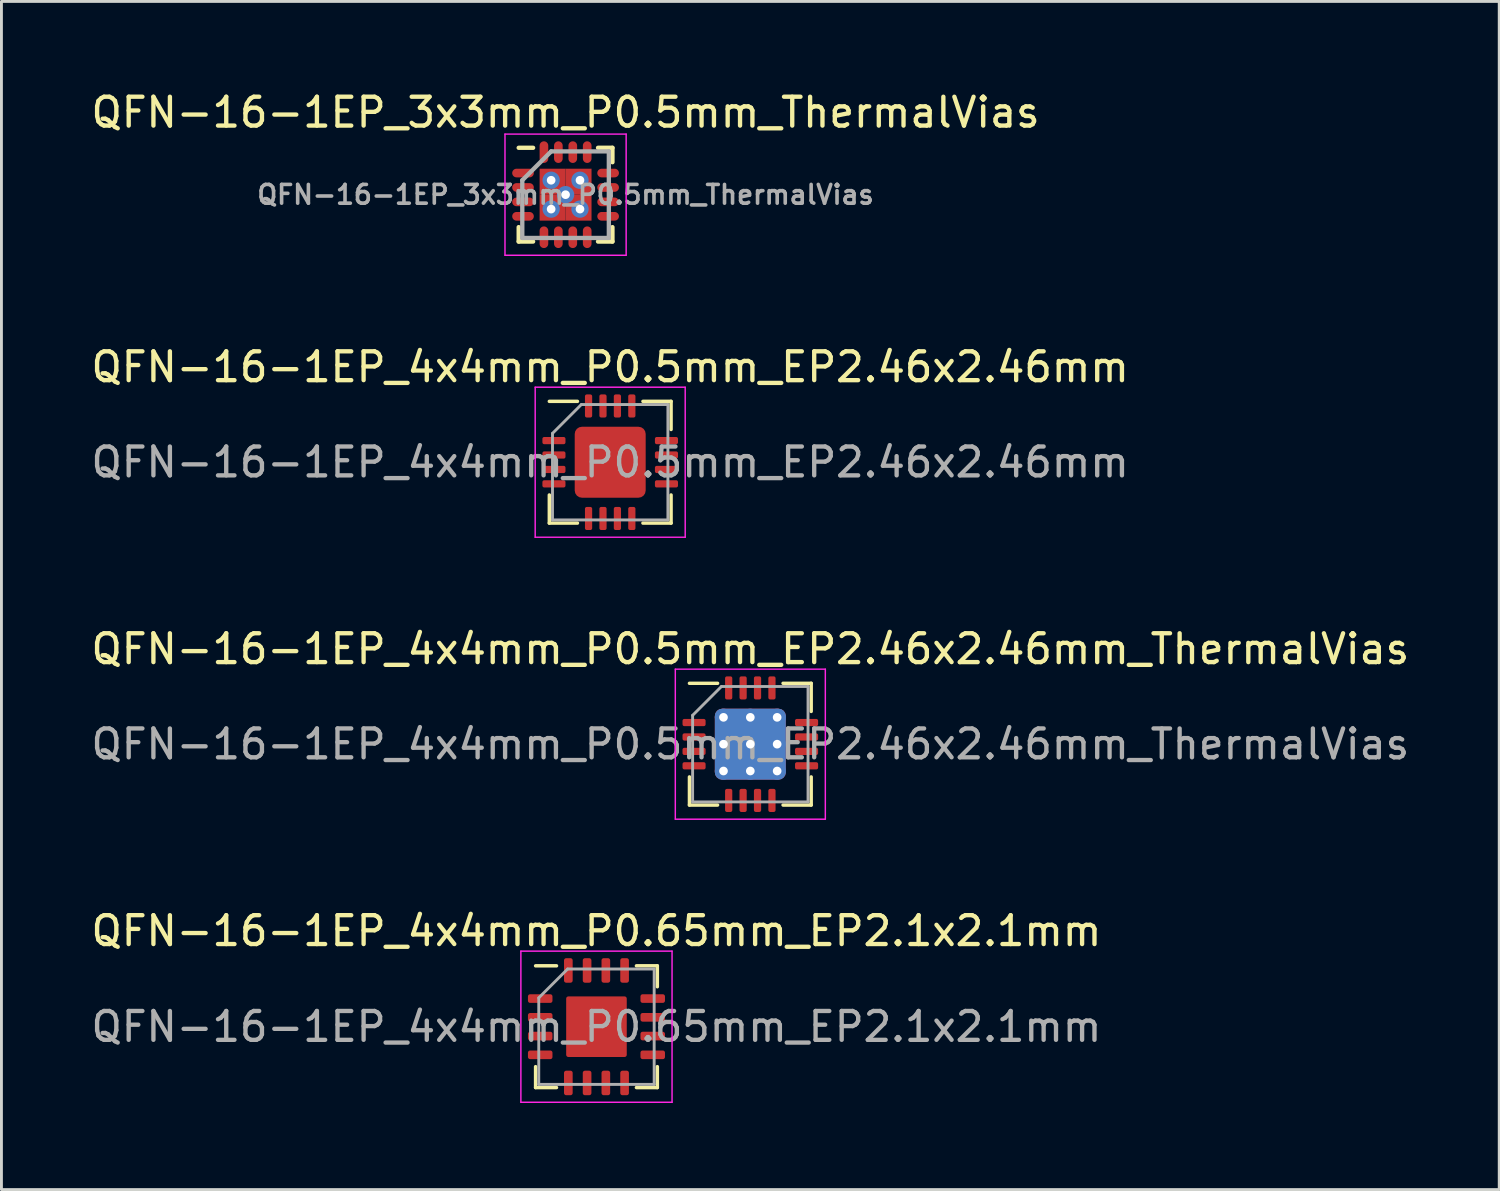
<source format=kicad_pcb>
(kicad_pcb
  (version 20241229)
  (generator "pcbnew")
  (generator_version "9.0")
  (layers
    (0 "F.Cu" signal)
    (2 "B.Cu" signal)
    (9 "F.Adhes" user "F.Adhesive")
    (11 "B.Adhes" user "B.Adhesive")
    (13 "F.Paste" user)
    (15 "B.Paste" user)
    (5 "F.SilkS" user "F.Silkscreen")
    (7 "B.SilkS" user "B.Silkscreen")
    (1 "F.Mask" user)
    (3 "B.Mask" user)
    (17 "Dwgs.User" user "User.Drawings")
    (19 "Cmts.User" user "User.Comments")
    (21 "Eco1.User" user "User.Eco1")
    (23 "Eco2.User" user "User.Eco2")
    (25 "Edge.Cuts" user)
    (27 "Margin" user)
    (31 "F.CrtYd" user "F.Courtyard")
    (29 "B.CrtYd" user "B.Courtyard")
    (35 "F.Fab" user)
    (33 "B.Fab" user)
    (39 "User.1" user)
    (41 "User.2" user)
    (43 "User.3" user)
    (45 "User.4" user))
  (footprint "QFN-16-1EP_3x3mm_P0.5mm_ThermalVias"
    (layer "F.Cu")
    (at 16.554 3.698)
    (property "Reference" "QFN-16-1EP_3x3mm_P0.5mm_ThermalVias" (at 0 -2.85 0) (layer "F.SilkS") (effects (font (size 1 1) (thickness 0.15))))
    (attr smd)
    (fp_line (start -1.625 -1.625) (end -1.125 -1.625) (stroke (width 0.15) (type solid)) (layer "F.SilkS"))
    (fp_line (start -1.625 1.625) (end -1.625 1.125) (stroke (width 0.15) (type solid)) (layer "F.SilkS"))
    (fp_line (start -1.625 1.625) (end -1.125 1.625) (stroke (width 0.15) (type solid)) (layer "F.SilkS"))
    (fp_line (start 1.625 -1.625) (end 1.125 -1.625) (stroke (width 0.15) (type solid)) (layer "F.SilkS"))
    (fp_line (start 1.625 -1.625) (end 1.625 -1.125) (stroke (width 0.15) (type solid)) (layer "F.SilkS"))
    (fp_line (start 1.625 1.625) (end 1.125 1.625) (stroke (width 0.15) (type solid)) (layer "F.SilkS"))
    (fp_line (start 1.625 1.625) (end 1.625 1.125) (stroke (width 0.15) (type solid)) (layer "F.SilkS"))
    (fp_line (start -2.1 -2.1) (end -2.1 2.1) (stroke (width 0.05) (type solid)) (layer "F.CrtYd"))
    (fp_line (start -2.1 -2.1) (end 2.1 -2.1) (stroke (width 0.05) (type solid)) (layer "F.CrtYd"))
    (fp_line (start -2.1 2.1) (end 2.1 2.1) (stroke (width 0.05) (type solid)) (layer "F.CrtYd"))
    (fp_line (start 2.1 -2.1) (end 2.1 2.1) (stroke (width 0.05) (type solid)) (layer "F.CrtYd"))
    (fp_line (start -1.5 -0.5) (end -0.5 -1.5) (stroke (width 0.15) (type solid)) (layer "F.Fab"))
    (fp_line (start -1.5 1.5) (end -1.5 -0.5) (stroke (width 0.15) (type solid)) (layer "F.Fab"))
    (fp_line (start -0.5 -1.5) (end 1.5 -1.5) (stroke (width 0.15) (type solid)) (layer "F.Fab"))
    (fp_line (start 1.5 -1.5) (end 1.5 1.5) (stroke (width 0.15) (type solid)) (layer "F.Fab"))
    (fp_line (start 1.5 1.5) (end -1.5 1.5) (stroke (width 0.15) (type solid)) (layer "F.Fab"))
    (fp_text user "${REFERENCE}" (at 0 0 0) (layer "F.Fab") (effects (font (size 0.65 0.65) (thickness 0.125))))
    (pad "1" smd oval (at -1.475 -0.75) (size 0.75 0.3) (layers "F.Cu" "F.Mask" "F.Paste"))
    (pad "2" smd oval (at -1.475 -0.25) (size 0.75 0.3) (layers "F.Cu" "F.Mask" "F.Paste"))
    (pad "3" smd oval (at -1.475 0.25) (size 0.75 0.3) (layers "F.Cu" "F.Mask" "F.Paste"))
    (pad "4" smd oval (at -1.475 0.75) (size 0.75 0.3) (layers "F.Cu" "F.Mask" "F.Paste"))
    (pad "5" smd oval (at -0.75 1.475 90) (size 0.75 0.3) (layers "F.Cu" "F.Mask" "F.Paste"))
    (pad "6" smd oval (at -0.25 1.475 90) (size 0.75 0.3) (layers "F.Cu" "F.Mask" "F.Paste"))
    (pad "7" smd oval (at 0.25 1.475 90) (size 0.75 0.3) (layers "F.Cu" "F.Mask" "F.Paste"))
    (pad "8" smd oval (at 0.75 1.475 90) (size 0.75 0.3) (layers "F.Cu" "F.Mask" "F.Paste"))
    (pad "9" smd oval (at 1.475 0.75) (size 0.75 0.3) (layers "F.Cu" "F.Mask" "F.Paste"))
    (pad "10" smd oval (at 1.475 0.25) (size 0.75 0.3) (layers "F.Cu" "F.Mask" "F.Paste"))
    (pad "11" smd oval (at 1.475 -0.25) (size 0.75 0.3) (layers "F.Cu" "F.Mask" "F.Paste"))
    (pad "12" smd oval (at 1.475 -0.75) (size 0.75 0.3) (layers "F.Cu" "F.Mask" "F.Paste"))
    (pad "13" smd oval (at 0.75 -1.475 90) (size 0.75 0.3) (layers "F.Cu" "F.Mask" "F.Paste"))
    (pad "14" smd oval (at 0.25 -1.475 90) (size 0.75 0.3) (layers "F.Cu" "F.Mask" "F.Paste"))
    (pad "15" smd oval (at -0.25 -1.475 90) (size 0.75 0.3) (layers "F.Cu" "F.Mask" "F.Paste"))
    (pad "16" smd oval (at -0.75 -1.475 90) (size 0.75 0.3) (layers "F.Cu" "F.Mask" "F.Paste"))
    (pad "17" thru_hole circle (at -0.5 -0.5) (size 0.6 0.6) (drill 0.3) (layers "*.Cu"))
    (pad "17" thru_hole circle (at -0.5 0.5) (size 0.6 0.6) (drill 0.3) (layers "*.Cu"))
    (pad "17" smd rect (at -0.45 -0.45) (size 0.9 0.9) (layers "F.Cu" "F.Mask" "F.Paste"))
    (pad "17" smd rect (at -0.45 0.45) (size 0.9 0.9) (layers "F.Cu" "F.Mask" "F.Paste"))
    (pad "17" thru_hole circle (at 0 0) (size 0.6 0.6) (drill 0.3) (layers "*.Cu"))
    (pad "17" smd rect (at 0.45 -0.45) (size 0.9 0.9) (layers "F.Cu" "F.Mask" "F.Paste"))
    (pad "17" smd rect (at 0.45 0.45) (size 0.9 0.9) (layers "F.Cu" "F.Mask" "F.Paste"))
    (pad "17" thru_hole circle (at 0.5 -0.5) (size 0.6 0.6) (drill 0.3) (layers "*.Cu"))
    (pad "17" thru_hole circle (at 0.5 0.5) (size 0.6 0.6) (drill 0.3) (layers "*.Cu")))
  (footprint "QFN-16-1EP_4x4mm_P0.5mm_EP2.46x2.46mm_ThermalVias"
    (layer "F.Cu")
    (at 22.958 22.745)
    (property "Reference" "QFN-16-1EP_4x4mm_P0.5mm_EP2.46x2.46mm_ThermalVias" (at 0 -3.3 0) (layer "F.SilkS") (effects (font (size 1 1) (thickness 0.15))))
    (attr smd)
    (fp_line (start -2.11 2.11) (end -2.11 1.135) (stroke (width 0.12) (type solid)) (layer "F.SilkS"))
    (fp_line (start -1.135 -2.11) (end -2.11 -2.11) (stroke (width 0.12) (type solid)) (layer "F.SilkS"))
    (fp_line (start -1.135 2.11) (end -2.11 2.11) (stroke (width 0.12) (type solid)) (layer "F.SilkS"))
    (fp_line (start 1.135 -2.11) (end 2.11 -2.11) (stroke (width 0.12) (type solid)) (layer "F.SilkS"))
    (fp_line (start 1.135 2.11) (end 2.11 2.11) (stroke (width 0.12) (type solid)) (layer "F.SilkS"))
    (fp_line (start 2.11 -2.11) (end 2.11 -1.135) (stroke (width 0.12) (type solid)) (layer "F.SilkS"))
    (fp_line (start 2.11 2.11) (end 2.11 1.135) (stroke (width 0.12) (type solid)) (layer "F.SilkS"))
    (fp_line (start -2.6 -2.6) (end -2.6 2.6) (stroke (width 0.05) (type solid)) (layer "F.CrtYd"))
    (fp_line (start -2.6 2.6) (end 2.6 2.6) (stroke (width 0.05) (type solid)) (layer "F.CrtYd"))
    (fp_line (start 2.6 -2.6) (end -2.6 -2.6) (stroke (width 0.05) (type solid)) (layer "F.CrtYd"))
    (fp_line (start 2.6 2.6) (end 2.6 -2.6) (stroke (width 0.05) (type solid)) (layer "F.CrtYd"))
    (fp_line (start -2 -1) (end -1 -2) (stroke (width 0.1) (type solid)) (layer "F.Fab"))
    (fp_line (start -2 2) (end -2 -1) (stroke (width 0.1) (type solid)) (layer "F.Fab"))
    (fp_line (start -1 -2) (end 2 -2) (stroke (width 0.1) (type solid)) (layer "F.Fab"))
    (fp_line (start 2 -2) (end 2 2) (stroke (width 0.1) (type solid)) (layer "F.Fab"))
    (fp_line (start 2 2) (end -2 2) (stroke (width 0.1) (type solid)) (layer "F.Fab"))
    (fp_text user "${REFERENCE}" (at 0 0 0) (layer "F.Fab") (effects (font (size 1 1) (thickness 0.15))))
    (pad "" smd roundrect (at -0.615 -0.615) (size 1.07 1.07) (layers "F.Paste") (roundrect_rratio 0.234))
    (pad "" smd roundrect (at -0.615 0.615) (size 1.07 1.07) (layers "F.Paste") (roundrect_rratio 0.234))
    (pad "" smd roundrect (at 0.615 -0.615) (size 1.07 1.07) (layers "F.Paste") (roundrect_rratio 0.234))
    (pad "" smd roundrect (at 0.615 0.615) (size 1.07 1.07) (layers "F.Paste") (roundrect_rratio 0.234))
    (pad "1" smd roundrect (at -1.95 -0.75) (size 0.8 0.25) (layers "F.Cu" "F.Mask" "F.Paste") (roundrect_rratio 0.25))
    (pad "2" smd roundrect (at -1.95 -0.25) (size 0.8 0.25) (layers "F.Cu" "F.Mask" "F.Paste") (roundrect_rratio 0.25))
    (pad "3" smd roundrect (at -1.95 0.25) (size 0.8 0.25) (layers "F.Cu" "F.Mask" "F.Paste") (roundrect_rratio 0.25))
    (pad "4" smd roundrect (at -1.95 0.75) (size 0.8 0.25) (layers "F.Cu" "F.Mask" "F.Paste") (roundrect_rratio 0.25))
    (pad "5" smd roundrect (at -0.75 1.95) (size 0.25 0.8) (layers "F.Cu" "F.Mask" "F.Paste") (roundrect_rratio 0.25))
    (pad "6" smd roundrect (at -0.25 1.95) (size 0.25 0.8) (layers "F.Cu" "F.Mask" "F.Paste") (roundrect_rratio 0.25))
    (pad "7" smd roundrect (at 0.25 1.95) (size 0.25 0.8) (layers "F.Cu" "F.Mask" "F.Paste") (roundrect_rratio 0.25))
    (pad "8" smd roundrect (at 0.75 1.95) (size 0.25 0.8) (layers "F.Cu" "F.Mask" "F.Paste") (roundrect_rratio 0.25))
    (pad "9" smd roundrect (at 1.95 0.75) (size 0.8 0.25) (layers "F.Cu" "F.Mask" "F.Paste") (roundrect_rratio 0.25))
    (pad "10" smd roundrect (at 1.95 0.25) (size 0.8 0.25) (layers "F.Cu" "F.Mask" "F.Paste") (roundrect_rratio 0.25))
    (pad "11" smd roundrect (at 1.95 -0.25) (size 0.8 0.25) (layers "F.Cu" "F.Mask" "F.Paste") (roundrect_rratio 0.25))
    (pad "12" smd roundrect (at 1.95 -0.75) (size 0.8 0.25) (layers "F.Cu" "F.Mask" "F.Paste") (roundrect_rratio 0.25))
    (pad "13" smd roundrect (at 0.75 -1.95) (size 0.25 0.8) (layers "F.Cu" "F.Mask" "F.Paste") (roundrect_rratio 0.25))
    (pad "14" smd roundrect (at 0.25 -1.95) (size 0.25 0.8) (layers "F.Cu" "F.Mask" "F.Paste") (roundrect_rratio 0.25))
    (pad "15" smd roundrect (at -0.25 -1.95) (size 0.25 0.8) (layers "F.Cu" "F.Mask" "F.Paste") (roundrect_rratio 0.25))
    (pad "16" smd roundrect (at -0.75 -1.95) (size 0.25 0.8) (layers "F.Cu" "F.Mask" "F.Paste") (roundrect_rratio 0.25))
    (pad "17" thru_hole circle (at -0.93 -0.93) (size 0.6 0.6) (drill 0.3) (layers "*.Cu"))
    (pad "17" thru_hole circle (at -0.93 0) (size 0.6 0.6) (drill 0.3) (layers "*.Cu"))
    (pad "17" thru_hole circle (at -0.93 0.93) (size 0.6 0.6) (drill 0.3) (layers "*.Cu"))
    (pad "17" thru_hole circle (at 0 -0.93) (size 0.6 0.6) (drill 0.3) (layers "*.Cu"))
    (pad "17" thru_hole circle (at 0 0) (size 0.6 0.6) (drill 0.3) (layers "*.Cu"))
    (pad "17" smd roundrect (at 0 0) (size 2.46 2.46) (layers "F.Cu" "F.Mask") (roundrect_rratio 0.102))
    (pad "17" smd roundrect (at 0 0) (size 2.46 2.46) (layers "B.Cu") (roundrect_rratio 0.102))
    (pad "17" thru_hole circle (at 0 0.93) (size 0.6 0.6) (drill 0.3) (layers "*.Cu"))
    (pad "17" thru_hole circle (at 0.93 -0.93) (size 0.6 0.6) (drill 0.3) (layers "*.Cu"))
    (pad "17" thru_hole circle (at 0.93 0) (size 0.6 0.6) (drill 0.3) (layers "*.Cu"))
    (pad "17" thru_hole circle (at 0.93 0.93) (size 0.6 0.6) (drill 0.3) (layers "*.Cu")))
  (footprint "QFN-16-1EP_4x4mm_P0.65mm_EP2.1x2.1mm"
    (layer "F.Cu")
    (at 17.625 32.538)
    (property "Reference" "QFN-16-1EP_4x4mm_P0.65mm_EP2.1x2.1mm" (at 0 -3.32 0) (layer "F.SilkS") (effects (font (size 1 1) (thickness 0.15))))
    (attr smd)
    (fp_line (start -2.11 2.11) (end -2.11 1.385) (stroke (width 0.12) (type solid)) (layer "F.SilkS"))
    (fp_line (start -1.385 -2.11) (end -2.11 -2.11) (stroke (width 0.12) (type solid)) (layer "F.SilkS"))
    (fp_line (start -1.385 2.11) (end -2.11 2.11) (stroke (width 0.12) (type solid)) (layer "F.SilkS"))
    (fp_line (start 1.385 -2.11) (end 2.11 -2.11) (stroke (width 0.12) (type solid)) (layer "F.SilkS"))
    (fp_line (start 1.385 2.11) (end 2.11 2.11) (stroke (width 0.12) (type solid)) (layer "F.SilkS"))
    (fp_line (start 2.11 -2.11) (end 2.11 -1.385) (stroke (width 0.12) (type solid)) (layer "F.SilkS"))
    (fp_line (start 2.11 2.11) (end 2.11 1.385) (stroke (width 0.12) (type solid)) (layer "F.SilkS"))
    (fp_line (start -2.62 -2.62) (end -2.62 2.62) (stroke (width 0.05) (type solid)) (layer "F.CrtYd"))
    (fp_line (start -2.62 2.62) (end 2.62 2.62) (stroke (width 0.05) (type solid)) (layer "F.CrtYd"))
    (fp_line (start 2.62 -2.62) (end -2.62 -2.62) (stroke (width 0.05) (type solid)) (layer "F.CrtYd"))
    (fp_line (start 2.62 2.62) (end 2.62 -2.62) (stroke (width 0.05) (type solid)) (layer "F.CrtYd"))
    (fp_line (start -2 -1) (end -1 -2) (stroke (width 0.1) (type solid)) (layer "F.Fab"))
    (fp_line (start -2 2) (end -2 -1) (stroke (width 0.1) (type solid)) (layer "F.Fab"))
    (fp_line (start -1 -2) (end 2 -2) (stroke (width 0.1) (type solid)) (layer "F.Fab"))
    (fp_line (start 2 -2) (end 2 2) (stroke (width 0.1) (type solid)) (layer "F.Fab"))
    (fp_line (start 2 2) (end -2 2) (stroke (width 0.1) (type solid)) (layer "F.Fab"))
    (fp_text user "${REFERENCE}" (at 0 0 0) (layer "F.Fab") (effects (font (size 1 1) (thickness 0.15))))
    (pad "" smd roundrect (at -0.525 -0.525) (size 0.85 0.85) (layers "F.Paste") (roundrect_rratio 0.25))
    (pad "" smd roundrect (at -0.525 0.525) (size 0.85 0.85) (layers "F.Paste") (roundrect_rratio 0.25))
    (pad "" smd roundrect (at 0.525 -0.525) (size 0.85 0.85) (layers "F.Paste") (roundrect_rratio 0.25))
    (pad "" smd roundrect (at 0.525 0.525) (size 0.85 0.85) (layers "F.Paste") (roundrect_rratio 0.25))
    (pad "1" smd roundrect (at -1.95 -0.975) (size 0.85 0.3) (layers "F.Cu" "F.Mask" "F.Paste") (roundrect_rratio 0.25))
    (pad "2" smd roundrect (at -1.95 -0.325) (size 0.85 0.3) (layers "F.Cu" "F.Mask" "F.Paste") (roundrect_rratio 0.25))
    (pad "3" smd roundrect (at -1.95 0.325) (size 0.85 0.3) (layers "F.Cu" "F.Mask" "F.Paste") (roundrect_rratio 0.25))
    (pad "4" smd roundrect (at -1.95 0.975) (size 0.85 0.3) (layers "F.Cu" "F.Mask" "F.Paste") (roundrect_rratio 0.25))
    (pad "5" smd roundrect (at -0.975 1.95) (size 0.3 0.85) (layers "F.Cu" "F.Mask" "F.Paste") (roundrect_rratio 0.25))
    (pad "6" smd roundrect (at -0.325 1.95) (size 0.3 0.85) (layers "F.Cu" "F.Mask" "F.Paste") (roundrect_rratio 0.25))
    (pad "7" smd roundrect (at 0.325 1.95) (size 0.3 0.85) (layers "F.Cu" "F.Mask" "F.Paste") (roundrect_rratio 0.25))
    (pad "8" smd roundrect (at 0.975 1.95) (size 0.3 0.85) (layers "F.Cu" "F.Mask" "F.Paste") (roundrect_rratio 0.25))
    (pad "9" smd roundrect (at 1.95 0.975) (size 0.85 0.3) (layers "F.Cu" "F.Mask" "F.Paste") (roundrect_rratio 0.25))
    (pad "10" smd roundrect (at 1.95 0.325) (size 0.85 0.3) (layers "F.Cu" "F.Mask" "F.Paste") (roundrect_rratio 0.25))
    (pad "11" smd roundrect (at 1.95 -0.325) (size 0.85 0.3) (layers "F.Cu" "F.Mask" "F.Paste") (roundrect_rratio 0.25))
    (pad "12" smd roundrect (at 1.95 -0.975) (size 0.85 0.3) (layers "F.Cu" "F.Mask" "F.Paste") (roundrect_rratio 0.25))
    (pad "13" smd roundrect (at 0.975 -1.95) (size 0.3 0.85) (layers "F.Cu" "F.Mask" "F.Paste") (roundrect_rratio 0.25))
    (pad "14" smd roundrect (at 0.325 -1.95) (size 0.3 0.85) (layers "F.Cu" "F.Mask" "F.Paste") (roundrect_rratio 0.25))
    (pad "15" smd roundrect (at -0.325 -1.95) (size 0.3 0.85) (layers "F.Cu" "F.Mask" "F.Paste") (roundrect_rratio 0.25))
    (pad "16" smd roundrect (at -0.975 -1.95) (size 0.3 0.85) (layers "F.Cu" "F.Mask" "F.Paste") (roundrect_rratio 0.25))
    (pad "17" smd roundrect (at 0 0) (size 2.1 2.1) (layers "F.Cu" "F.Mask") (roundrect_rratio 0.036)))
  (footprint "QFN-16-1EP_4x4mm_P0.5mm_EP2.46x2.46mm"
    (layer "F.Cu")
    (at 18.101 12.972)
    (property "Reference" "QFN-16-1EP_4x4mm_P0.5mm_EP2.46x2.46mm" (at 0 -3.3 0) (layer "F.SilkS") (effects (font (size 1 1) (thickness 0.15))))
    (attr smd)
    (fp_line (start -2.11 2.11) (end -2.11 1.135) (stroke (width 0.12) (type solid)) (layer "F.SilkS"))
    (fp_line (start -1.135 -2.11) (end -2.11 -2.11) (stroke (width 0.12) (type solid)) (layer "F.SilkS"))
    (fp_line (start -1.135 2.11) (end -2.11 2.11) (stroke (width 0.12) (type solid)) (layer "F.SilkS"))
    (fp_line (start 1.135 -2.11) (end 2.11 -2.11) (stroke (width 0.12) (type solid)) (layer "F.SilkS"))
    (fp_line (start 1.135 2.11) (end 2.11 2.11) (stroke (width 0.12) (type solid)) (layer "F.SilkS"))
    (fp_line (start 2.11 -2.11) (end 2.11 -1.135) (stroke (width 0.12) (type solid)) (layer "F.SilkS"))
    (fp_line (start 2.11 2.11) (end 2.11 1.135) (stroke (width 0.12) (type solid)) (layer "F.SilkS"))
    (fp_line (start -2.6 -2.6) (end -2.6 2.6) (stroke (width 0.05) (type solid)) (layer "F.CrtYd"))
    (fp_line (start -2.6 2.6) (end 2.6 2.6) (stroke (width 0.05) (type solid)) (layer "F.CrtYd"))
    (fp_line (start 2.6 -2.6) (end -2.6 -2.6) (stroke (width 0.05) (type solid)) (layer "F.CrtYd"))
    (fp_line (start 2.6 2.6) (end 2.6 -2.6) (stroke (width 0.05) (type solid)) (layer "F.CrtYd"))
    (fp_line (start -2 -1) (end -1 -2) (stroke (width 0.1) (type solid)) (layer "F.Fab"))
    (fp_line (start -2 2) (end -2 -1) (stroke (width 0.1) (type solid)) (layer "F.Fab"))
    (fp_line (start -1 -2) (end 2 -2) (stroke (width 0.1) (type solid)) (layer "F.Fab"))
    (fp_line (start 2 -2) (end 2 2) (stroke (width 0.1) (type solid)) (layer "F.Fab"))
    (fp_line (start 2 2) (end -2 2) (stroke (width 0.1) (type solid)) (layer "F.Fab"))
    (fp_text user "${REFERENCE}" (at 0 0 0) (layer "F.Fab") (effects (font (size 1 1) (thickness 0.15))))
    (pad "" smd roundrect (at -0.615 -0.615) (size 0.99 0.99) (layers "F.Paste") (roundrect_rratio 0.25))
    (pad "" smd roundrect (at -0.615 0.615) (size 0.99 0.99) (layers "F.Paste") (roundrect_rratio 0.25))
    (pad "" smd roundrect (at 0.615 -0.615) (size 0.99 0.99) (layers "F.Paste") (roundrect_rratio 0.25))
    (pad "" smd roundrect (at 0.615 0.615) (size 0.99 0.99) (layers "F.Paste") (roundrect_rratio 0.25))
    (pad "1" smd roundrect (at -1.95 -0.75) (size 0.8 0.25) (layers "F.Cu" "F.Mask" "F.Paste") (roundrect_rratio 0.25))
    (pad "2" smd roundrect (at -1.95 -0.25) (size 0.8 0.25) (layers "F.Cu" "F.Mask" "F.Paste") (roundrect_rratio 0.25))
    (pad "3" smd roundrect (at -1.95 0.25) (size 0.8 0.25) (layers "F.Cu" "F.Mask" "F.Paste") (roundrect_rratio 0.25))
    (pad "4" smd roundrect (at -1.95 0.75) (size 0.8 0.25) (layers "F.Cu" "F.Mask" "F.Paste") (roundrect_rratio 0.25))
    (pad "5" smd roundrect (at -0.75 1.95) (size 0.25 0.8) (layers "F.Cu" "F.Mask" "F.Paste") (roundrect_rratio 0.25))
    (pad "6" smd roundrect (at -0.25 1.95) (size 0.25 0.8) (layers "F.Cu" "F.Mask" "F.Paste") (roundrect_rratio 0.25))
    (pad "7" smd roundrect (at 0.25 1.95) (size 0.25 0.8) (layers "F.Cu" "F.Mask" "F.Paste") (roundrect_rratio 0.25))
    (pad "8" smd roundrect (at 0.75 1.95) (size 0.25 0.8) (layers "F.Cu" "F.Mask" "F.Paste") (roundrect_rratio 0.25))
    (pad "9" smd roundrect (at 1.95 0.75) (size 0.8 0.25) (layers "F.Cu" "F.Mask" "F.Paste") (roundrect_rratio 0.25))
    (pad "10" smd roundrect (at 1.95 0.25) (size 0.8 0.25) (layers "F.Cu" "F.Mask" "F.Paste") (roundrect_rratio 0.25))
    (pad "11" smd roundrect (at 1.95 -0.25) (size 0.8 0.25) (layers "F.Cu" "F.Mask" "F.Paste") (roundrect_rratio 0.25))
    (pad "12" smd roundrect (at 1.95 -0.75) (size 0.8 0.25) (layers "F.Cu" "F.Mask" "F.Paste") (roundrect_rratio 0.25))
    (pad "13" smd roundrect (at 0.75 -1.95) (size 0.25 0.8) (layers "F.Cu" "F.Mask" "F.Paste") (roundrect_rratio 0.25))
    (pad "14" smd roundrect (at 0.25 -1.95) (size 0.25 0.8) (layers "F.Cu" "F.Mask" "F.Paste") (roundrect_rratio 0.25))
    (pad "15" smd roundrect (at -0.25 -1.95) (size 0.25 0.8) (layers "F.Cu" "F.Mask" "F.Paste") (roundrect_rratio 0.25))
    (pad "16" smd roundrect (at -0.75 -1.95) (size 0.25 0.8) (layers "F.Cu" "F.Mask" "F.Paste") (roundrect_rratio 0.25))
    (pad "17" smd roundrect (at 0 0) (size 2.46 2.46) (layers "F.Cu" "F.Mask") (roundrect_rratio 0.102)))
  (gr_rect
    (start -3 -3)
    (end 48.917 38.183)
    (stroke (width 0.1) (type default))
    (fill no)
    (layer "Edge.Cuts")))
</source>
